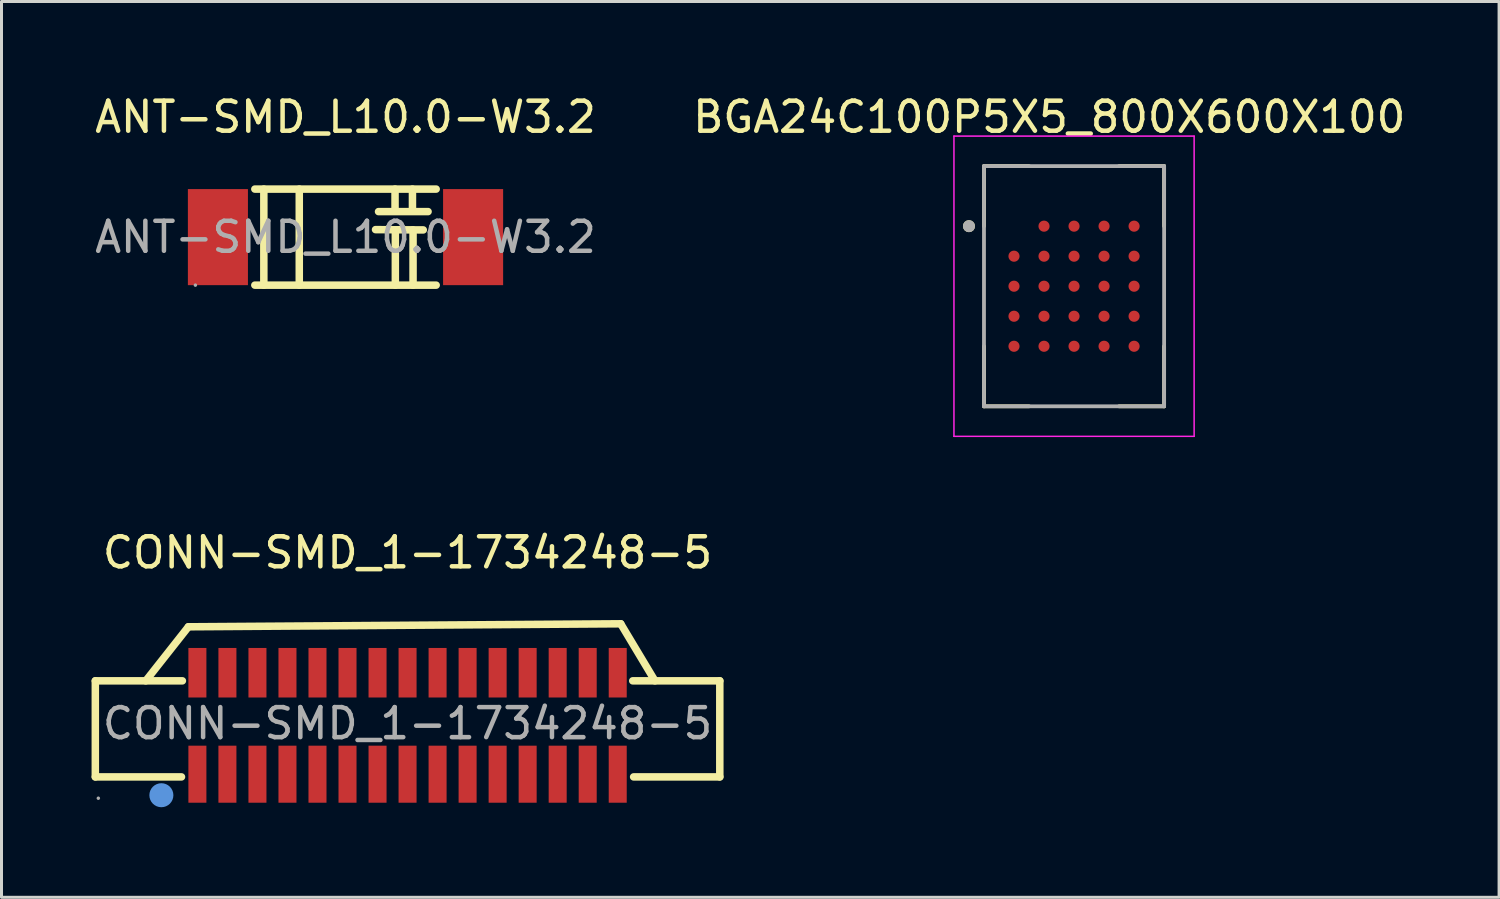
<source format=kicad_pcb>
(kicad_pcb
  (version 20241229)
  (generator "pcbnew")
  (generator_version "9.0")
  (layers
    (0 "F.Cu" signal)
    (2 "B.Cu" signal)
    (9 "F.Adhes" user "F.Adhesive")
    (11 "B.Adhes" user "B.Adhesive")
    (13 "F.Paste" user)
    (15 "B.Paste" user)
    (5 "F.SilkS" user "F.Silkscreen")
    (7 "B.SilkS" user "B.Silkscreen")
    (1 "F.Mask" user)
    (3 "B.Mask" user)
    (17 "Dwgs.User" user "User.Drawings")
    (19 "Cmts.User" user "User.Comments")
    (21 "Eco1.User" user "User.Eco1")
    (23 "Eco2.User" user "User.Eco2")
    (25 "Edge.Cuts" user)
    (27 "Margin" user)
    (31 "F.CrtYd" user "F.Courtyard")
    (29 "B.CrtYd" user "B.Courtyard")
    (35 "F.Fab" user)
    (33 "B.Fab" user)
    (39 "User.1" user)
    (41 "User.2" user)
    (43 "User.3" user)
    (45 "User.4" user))
  (footprint "CONN-SMD_1-1734248-5"
    (layer "F.Cu")
    (at 10.525 21.047)
    (property "Reference" "CONN-SMD_1-1734248-5" (at 0 -5.69 0) (layer "F.SilkS") (effects (font (size 1 1) (thickness 0.15))))
    (attr smd)
    (fp_line (start -10.4 -1.42) (end -10.4 1.78) (stroke (width 0.25) (type solid)) (layer "F.SilkS"))
    (fp_line (start -10.4 -1.42) (end -7.5 -1.42) (stroke (width 0.25) (type solid)) (layer "F.SilkS"))
    (fp_line (start -10.4 1.78) (end -7.53 1.78) (stroke (width 0.25) (type solid)) (layer "F.SilkS"))
    (fp_line (start -8.72 -1.42) (end -7.3 -3.22) (stroke (width 0.25) (type solid)) (layer "F.SilkS"))
    (fp_line (start -7.3 -3.22) (end 7.1 -3.32) (stroke (width 0.25) (type solid)) (layer "F.SilkS"))
    (fp_line (start 7.1 -3.32) (end 8.24 -1.42) (stroke (width 0.25) (type solid)) (layer "F.SilkS"))
    (fp_line (start 7.53 1.78) (end 10.4 1.78) (stroke (width 0.25) (type solid)) (layer "F.SilkS"))
    (fp_line (start 10.4 -1.42) (end 7.5 -1.42) (stroke (width 0.25) (type solid)) (layer "F.SilkS"))
    (fp_line (start 10.4 1.78) (end 10.4 -1.42) (stroke (width 0.25) (type solid)) (layer "F.SilkS"))
    (fp_circle (center -8.2 2.39) (end -8 2.39) (stroke (width 0.4) (type solid)) (fill no) (layer "Cmts.User"))
    (fp_circle (center -10.3 2.49) (end -10.27 2.49) (stroke (width 0.06) (type solid)) (fill no) (layer "F.Fab"))
    (fp_text user "${REFERENCE}" (at 0 0 0) (layer "F.Fab") (effects (font (size 1 1) (thickness 0.15))))
    (pad "1" smd rect (at -7 1.69 180) (size 0.6 1.9) (layers "F.Cu" "F.Mask" "F.Paste"))
    (pad "2" smd rect (at -7 -1.69 180) (size 0.6 1.65) (layers "F.Cu" "F.Mask" "F.Paste"))
    (pad "3" smd rect (at -6 1.69 180) (size 0.6 1.9) (layers "F.Cu" "F.Mask" "F.Paste"))
    (pad "4" smd rect (at -6 -1.69 180) (size 0.6 1.65) (layers "F.Cu" "F.Mask" "F.Paste"))
    (pad "5" smd rect (at -5 1.69 180) (size 0.6 1.9) (layers "F.Cu" "F.Mask" "F.Paste"))
    (pad "6" smd rect (at -5 -1.69 180) (size 0.6 1.65) (layers "F.Cu" "F.Mask" "F.Paste"))
    (pad "7" smd rect (at -4 1.69 180) (size 0.6 1.9) (layers "F.Cu" "F.Mask" "F.Paste"))
    (pad "8" smd rect (at -4 -1.69 180) (size 0.6 1.65) (layers "F.Cu" "F.Mask" "F.Paste"))
    (pad "9" smd rect (at -3 1.69 180) (size 0.6 1.9) (layers "F.Cu" "F.Mask" "F.Paste"))
    (pad "10" smd rect (at -3 -1.69 180) (size 0.6 1.65) (layers "F.Cu" "F.Mask" "F.Paste"))
    (pad "11" smd rect (at -2 1.69 180) (size 0.6 1.9) (layers "F.Cu" "F.Mask" "F.Paste"))
    (pad "12" smd rect (at -2 -1.69 180) (size 0.6 1.65) (layers "F.Cu" "F.Mask" "F.Paste"))
    (pad "13" smd rect (at -1 1.69 180) (size 0.6 1.9) (layers "F.Cu" "F.Mask" "F.Paste"))
    (pad "14" smd rect (at -1 -1.69 180) (size 0.6 1.65) (layers "F.Cu" "F.Mask" "F.Paste"))
    (pad "15" smd rect (at 0 1.69 180) (size 0.6 1.9) (layers "F.Cu" "F.Mask" "F.Paste"))
    (pad "16" smd rect (at 0 -1.69 180) (size 0.6 1.65) (layers "F.Cu" "F.Mask" "F.Paste"))
    (pad "17" smd rect (at 1 1.69 180) (size 0.6 1.9) (layers "F.Cu" "F.Mask" "F.Paste"))
    (pad "18" smd rect (at 1 -1.69 180) (size 0.6 1.65) (layers "F.Cu" "F.Mask" "F.Paste"))
    (pad "19" smd rect (at 2 1.69 180) (size 0.6 1.9) (layers "F.Cu" "F.Mask" "F.Paste"))
    (pad "20" smd rect (at 2 -1.69 180) (size 0.6 1.65) (layers "F.Cu" "F.Mask" "F.Paste"))
    (pad "21" smd rect (at 3 1.69 180) (size 0.6 1.9) (layers "F.Cu" "F.Mask" "F.Paste"))
    (pad "22" smd rect (at 3 -1.69 180) (size 0.6 1.65) (layers "F.Cu" "F.Mask" "F.Paste"))
    (pad "23" smd rect (at 4 1.69 180) (size 0.6 1.9) (layers "F.Cu" "F.Mask" "F.Paste"))
    (pad "24" smd rect (at 4 -1.69 180) (size 0.6 1.65) (layers "F.Cu" "F.Mask" "F.Paste"))
    (pad "25" smd rect (at 5 1.69 180) (size 0.6 1.9) (layers "F.Cu" "F.Mask" "F.Paste"))
    (pad "26" smd rect (at 5 -1.69 180) (size 0.6 1.65) (layers "F.Cu" "F.Mask" "F.Paste"))
    (pad "27" smd rect (at 6 1.69 180) (size 0.6 1.9) (layers "F.Cu" "F.Mask" "F.Paste"))
    (pad "28" smd rect (at 6 -1.69 180) (size 0.6 1.65) (layers "F.Cu" "F.Mask" "F.Paste"))
    (pad "29" smd rect (at 7 1.69 180) (size 0.6 1.9) (layers "F.Cu" "F.Mask" "F.Paste"))
    (pad "30" smd rect (at 7 -1.69 180) (size 0.6 1.65) (layers "F.Cu" "F.Mask" "F.Paste")))
  (footprint "BGA24C100P5X5_800X600X100"
    (layer "F.Cu")
    (at 32.724 6.483)
    (property "Reference" "BGA24C100P5X5_800X600X100" (at -0.825 -5.635 0) (layer "F.SilkS") (effects (font (size 1 1) (thickness 0.15))))
    (attr smd)
    (fp_line (start -3 -4) (end -3 -2) (stroke (width 0.127) (type solid)) (layer "F.SilkS"))
    (fp_line (start -3 -4) (end -1.5 -4) (stroke (width 0.127) (type solid)) (layer "F.SilkS"))
    (fp_line (start -3 4) (end -3 2) (stroke (width 0.127) (type solid)) (layer "F.SilkS"))
    (fp_line (start -3 4) (end -1.5 4) (stroke (width 0.127) (type solid)) (layer "F.SilkS"))
    (fp_line (start 3 -4) (end 1.5 -4) (stroke (width 0.127) (type solid)) (layer "F.SilkS"))
    (fp_line (start 3 -4) (end 3 -2) (stroke (width 0.127) (type solid)) (layer "F.SilkS"))
    (fp_line (start 3 4) (end 1.5 4) (stroke (width 0.127) (type solid)) (layer "F.SilkS"))
    (fp_line (start 3 4) (end 3 2) (stroke (width 0.127) (type solid)) (layer "F.SilkS"))
    (fp_circle (center -3.5 -2) (end -3.4 -2) (stroke (width 0.2) (type solid)) (fill no) (layer "F.SilkS"))
    (fp_line (start -4 -5) (end 4 -5) (stroke (width 0.05) (type solid)) (layer "F.CrtYd"))
    (fp_line (start -4 5) (end -4 -5) (stroke (width 0.05) (type solid)) (layer "F.CrtYd"))
    (fp_line (start -4 5) (end 4 5) (stroke (width 0.05) (type solid)) (layer "F.CrtYd"))
    (fp_line (start 4 5) (end 4 -5) (stroke (width 0.05) (type solid)) (layer "F.CrtYd"))
    (fp_line (start -3 4) (end -3 -4) (stroke (width 0.127) (type solid)) (layer "F.Fab"))
    (fp_line (start 3 -4) (end -3 -4) (stroke (width 0.127) (type solid)) (layer "F.Fab"))
    (fp_line (start 3 4) (end -3 4) (stroke (width 0.127) (type solid)) (layer "F.Fab"))
    (fp_line (start 3 4) (end 3 -4) (stroke (width 0.127) (type solid)) (layer "F.Fab"))
    (fp_circle (center -3.5 -2) (end -3.4 -2) (stroke (width 0.2) (type solid)) (fill no) (layer "F.Fab"))
    (pad "A2" smd circle (at -1 -2) (size 0.37 0.37) (layers "F.Cu" "F.Mask" "F.Paste"))
    (pad "A3" smd circle (at 0 -2) (size 0.37 0.37) (layers "F.Cu" "F.Mask" "F.Paste"))
    (pad "A4" smd circle (at 1 -2) (size 0.37 0.37) (layers "F.Cu" "F.Mask" "F.Paste"))
    (pad "A5" smd circle (at 2 -2) (size 0.37 0.37) (layers "F.Cu" "F.Mask" "F.Paste"))
    (pad "B1" smd circle (at -2 -1) (size 0.37 0.37) (layers "F.Cu" "F.Mask" "F.Paste"))
    (pad "B2" smd circle (at -1 -1) (size 0.37 0.37) (layers "F.Cu" "F.Mask" "F.Paste"))
    (pad "B3" smd circle (at 0 -1) (size 0.37 0.37) (layers "F.Cu" "F.Mask" "F.Paste"))
    (pad "B4" smd circle (at 1 -1) (size 0.37 0.37) (layers "F.Cu" "F.Mask" "F.Paste"))
    (pad "B5" smd circle (at 2 -1) (size 0.37 0.37) (layers "F.Cu" "F.Mask" "F.Paste"))
    (pad "C1" smd circle (at -2 0) (size 0.37 0.37) (layers "F.Cu" "F.Mask" "F.Paste"))
    (pad "C2" smd circle (at -1 0) (size 0.37 0.37) (layers "F.Cu" "F.Mask" "F.Paste"))
    (pad "C3" smd circle (at 0 0) (size 0.37 0.37) (layers "F.Cu" "F.Mask" "F.Paste"))
    (pad "C4" smd circle (at 1 0) (size 0.37 0.37) (layers "F.Cu" "F.Mask" "F.Paste"))
    (pad "C5" smd circle (at 2 0) (size 0.37 0.37) (layers "F.Cu" "F.Mask" "F.Paste"))
    (pad "D1" smd circle (at -2 1) (size 0.37 0.37) (layers "F.Cu" "F.Mask" "F.Paste"))
    (pad "D2" smd circle (at -1 1) (size 0.37 0.37) (layers "F.Cu" "F.Mask" "F.Paste"))
    (pad "D3" smd circle (at 0 1) (size 0.37 0.37) (layers "F.Cu" "F.Mask" "F.Paste"))
    (pad "D4" smd circle (at 1 1) (size 0.37 0.37) (layers "F.Cu" "F.Mask" "F.Paste"))
    (pad "D5" smd circle (at 2 1) (size 0.37 0.37) (layers "F.Cu" "F.Mask" "F.Paste"))
    (pad "E1" smd circle (at -2 2) (size 0.37 0.37) (layers "F.Cu" "F.Mask" "F.Paste"))
    (pad "E2" smd circle (at -1 2) (size 0.37 0.37) (layers "F.Cu" "F.Mask" "F.Paste"))
    (pad "E3" smd circle (at 0 2) (size 0.37 0.37) (layers "F.Cu" "F.Mask" "F.Paste"))
    (pad "E4" smd circle (at 1 2) (size 0.37 0.37) (layers "F.Cu" "F.Mask" "F.Paste"))
    (pad "E5" smd circle (at 2 2) (size 0.37 0.37) (layers "F.Cu" "F.Mask" "F.Paste")))
  (footprint "ANT-SMD_L10.0-W3.2"
    (layer "F.Cu")
    (at 8.458 4.848)
    (property "Reference" "ANT-SMD_L10.0-W3.2" (at 0 -4 0) (layer "F.SilkS") (effects (font (size 1 1) (thickness 0.15))))
    (attr through_hole)
    (fp_line (start -3.02 1.6) (end 3.02 1.6) (stroke (width 0.25) (type solid)) (layer "F.SilkS"))
    (fp_line (start -2.72 -1.6) (end -2.72 1.6) (stroke (width 0.25) (type solid)) (layer "F.SilkS"))
    (fp_line (start -1.54 -1.6) (end -1.54 1.6) (stroke (width 0.25) (type solid)) (layer "F.SilkS"))
    (fp_line (start 1 -0.25) (end 2.59 -0.24) (stroke (width 0.25) (type solid)) (layer "F.SilkS"))
    (fp_line (start 1.1 -0.85) (end 2.75 -0.85) (stroke (width 0.25) (type solid)) (layer "F.SilkS"))
    (fp_line (start 1.65 -1.6) (end 1.65 -0.87) (stroke (width 0.25) (type solid)) (layer "F.SilkS"))
    (fp_line (start 1.66 -0.24) (end 1.66 1.6) (stroke (width 0.25) (type solid)) (layer "F.SilkS"))
    (fp_line (start 2.23 -1.6) (end 2.23 -0.87) (stroke (width 0.25) (type solid)) (layer "F.SilkS"))
    (fp_line (start 2.25 -0.24) (end 2.25 1.6) (stroke (width 0.25) (type solid)) (layer "F.SilkS"))
    (fp_line (start 3.02 -1.6) (end -3.02 -1.6) (stroke (width 0.25) (type solid)) (layer "F.SilkS"))
    (fp_circle (center -5 1.6) (end -4.97 1.6) (stroke (width 0.06) (type solid)) (fill no) (layer "F.Fab"))
    (fp_text user "${REFERENCE}" (at 0 0 0) (layer "F.Fab") (effects (font (size 1 1) (thickness 0.15))))
    (pad "1" smd rect (at -4.25 0) (size 2 3.2) (layers "F.Cu" "F.Mask" "F.Paste"))
    (pad "2" smd rect (at 4.25 0) (size 2 3.2) (layers "F.Cu" "F.Mask" "F.Paste")))
  (gr_rect
    (start -3 -3)
    (end 46.881 26.837)
    (stroke (width 0.1) (type default))
    (fill no)
    (layer "Edge.Cuts")))
</source>
